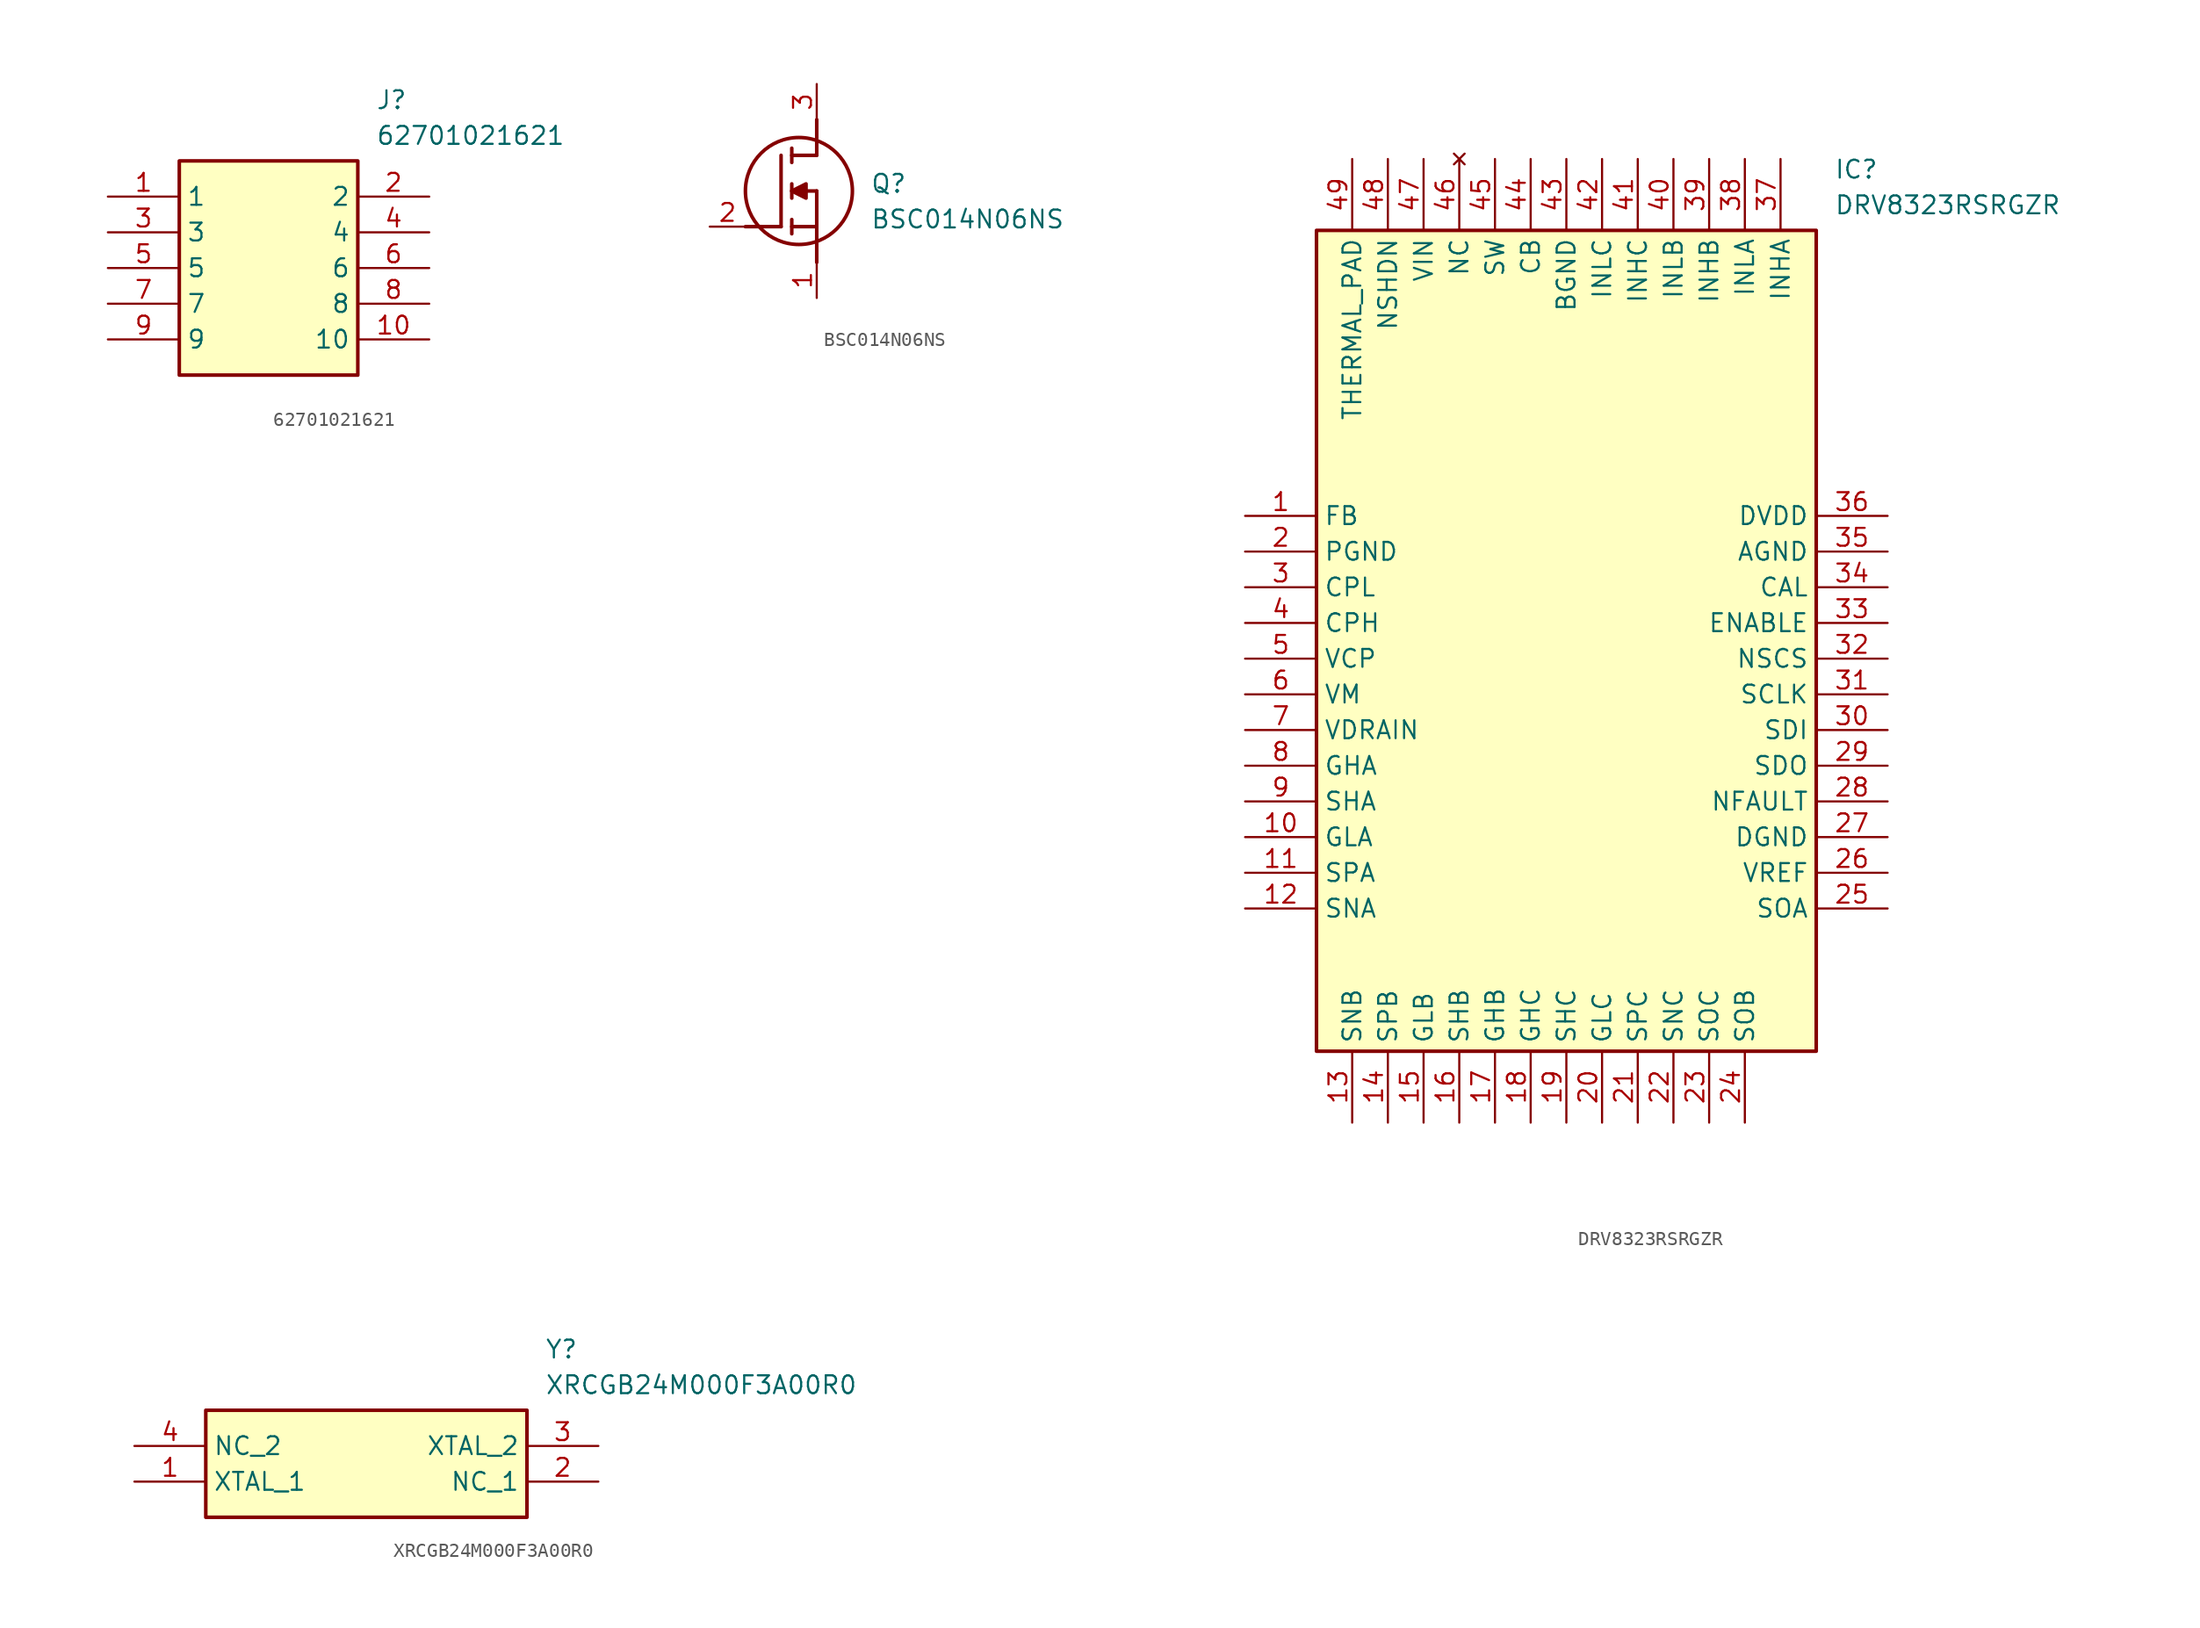
<source format=kicad_sym>
(kicad_symbol_lib
  (version 20241209)
  (generator "kicad_symbol_editor")
  (generator_version "9.0")
  (symbol "62701021621"
    (property "Reference" "J"
      (at 19.05 7.62 0)
      (effects (font (size 1.27 1.27)) (justify left top)))
    (property "Value" "62701021621"
      (at 19.05 5.08 0)
      (effects (font (size 1.27 1.27)) (justify left top)))
    (symbol "62701021621_1_1"
      (rectangle (start 5.08 2.54) (end 17.78 -12.7) (stroke (width 0.254) (type default)) (fill (type background)))
      (pin passive line (at 0 0 0) (length 5.08) (name "1" (effects (font (size 1.27 1.27)))) (number "1" (effects (font (size 1.27 1.27)))))
      (pin passive line (at 0 -2.54 0) (length 5.08) (name "3" (effects (font (size 1.27 1.27)))) (number "3" (effects (font (size 1.27 1.27)))))
      (pin passive line (at 0 -5.08 0) (length 5.08) (name "5" (effects (font (size 1.27 1.27)))) (number "5" (effects (font (size 1.27 1.27)))))
      (pin passive line (at 0 -7.62 0) (length 5.08) (name "7" (effects (font (size 1.27 1.27)))) (number "7" (effects (font (size 1.27 1.27)))))
      (pin passive line (at 0 -10.16 0) (length 5.08) (name "9" (effects (font (size 1.27 1.27)))) (number "9" (effects (font (size 1.27 1.27)))))
      (pin passive line (at 22.86 0 180) (length 5.08) (name "2" (effects (font (size 1.27 1.27)))) (number "2" (effects (font (size 1.27 1.27)))))
      (pin passive line (at 22.86 -2.54 180) (length 5.08) (name "4" (effects (font (size 1.27 1.27)))) (number "4" (effects (font (size 1.27 1.27)))))
      (pin passive line (at 22.86 -5.08 180) (length 5.08) (name "6" (effects (font (size 1.27 1.27)))) (number "6" (effects (font (size 1.27 1.27)))))
      (pin passive line (at 22.86 -7.62 180) (length 5.08) (name "8" (effects (font (size 1.27 1.27)))) (number "8" (effects (font (size 1.27 1.27)))))
      (pin passive line (at 22.86 -10.16 180) (length 5.08) (name "10" (effects (font (size 1.27 1.27)))) (number "10" (effects (font (size 1.27 1.27)))))))
  (symbol "BSC014N06NS"
    (pin_names
      (hide yes))
    (property "Reference" "Q"
      (at 11.43 3.81 0)
      (effects (font (size 1.27 1.27)) (justify left top)))
    (property "Value" "BSC014N06NS"
      (at 11.43 1.27 0)
      (effects (font (size 1.27 1.27)) (justify left top)))
    (symbol "BSC014N06NS_1_1"
      (polyline (pts (xy 2.54 0) (xy 5.08 0)) (stroke (width 0.254) (type default)) (fill (type none)))
      (polyline (pts (xy 5.08 5.08) (xy 5.08 0)) (stroke (width 0.254) (type default)) (fill (type none)))
      (polyline (pts (xy 5.842 5.588) (xy 5.842 4.572)) (stroke (width 0.254) (type default)) (fill (type none)))
      (polyline (pts (xy 5.842 2.54) (xy 6.858 3.048) (xy 6.858 2.032) (xy 5.842 2.54)) (stroke (width 0.254) (type default)) (fill (type outline)))
      (polyline (pts (xy 5.842 2.032) (xy 5.842 3.048)) (stroke (width 0.254) (type default)) (fill (type none)))
      (polyline (pts (xy 5.842 0) (xy 7.62 0)) (stroke (width 0.254) (type default)) (fill (type none)))
      (polyline (pts (xy 5.842 -0.508) (xy 5.842 0.508)) (stroke (width 0.254) (type default)) (fill (type none)))
      (circle (center 6.35 2.54) (radius 3.81) (stroke (width 0.254) (type default)) (fill (type none)))
      (polyline (pts (xy 7.62 5.08) (xy 5.842 5.08)) (stroke (width 0.254) (type default)) (fill (type none)))
      (polyline (pts (xy 7.62 5.08) (xy 7.62 7.62)) (stroke (width 0.254) (type default)) (fill (type none)))
      (polyline (pts (xy 7.62 2.54) (xy 5.842 2.54)) (stroke (width 0.254) (type default)) (fill (type none)))
      (polyline (pts (xy 7.62 2.54) (xy 7.62 -2.54)) (stroke (width 0.254) (type default)) (fill (type none)))
      (pin passive line (at 0 0 0) (length 2.54) (name "G" (effects (font (size 1.27 1.27)))) (number "2" (effects (font (size 1.27 1.27)))))
      (pin passive line (at 7.62 10.16 270) (length 2.54) (name "D" (effects (font (size 1.27 1.27)))) (number "3" (effects (font (size 1.27 1.27)))))
      (pin passive line (at 7.62 -5.08 90) (length 2.54) (name "S" (effects (font (size 1.27 1.27)))) (number "1" (effects (font (size 1.27 1.27)))))))
  (symbol "DRV8323RSRGZR"
    (property "Reference" "IC"
      (at 41.91 25.4 0)
      (effects (font (size 1.27 1.27)) (justify left top)))
    (property "Value" "DRV8323RSRGZR"
      (at 41.91 22.86 0)
      (effects (font (size 1.27 1.27)) (justify left top)))
    (symbol "DRV8323RSRGZR_1_1"
      (rectangle (start 5.08 20.32) (end 40.64 -38.1) (stroke (width 0.254) (type default)) (fill (type background)))
      (pin passive line (at 0 0 0) (length 5.08) (name "FB" (effects (font (size 1.27 1.27)))) (number "1" (effects (font (size 1.27 1.27)))))
      (pin passive line (at 0 -2.54 0) (length 5.08) (name "PGND" (effects (font (size 1.27 1.27)))) (number "2" (effects (font (size 1.27 1.27)))))
      (pin passive line (at 0 -5.08 0) (length 5.08) (name "CPL" (effects (font (size 1.27 1.27)))) (number "3" (effects (font (size 1.27 1.27)))))
      (pin passive line (at 0 -7.62 0) (length 5.08) (name "CPH" (effects (font (size 1.27 1.27)))) (number "4" (effects (font (size 1.27 1.27)))))
      (pin passive line (at 0 -10.16 0) (length 5.08) (name "VCP" (effects (font (size 1.27 1.27)))) (number "5" (effects (font (size 1.27 1.27)))))
      (pin passive line (at 0 -12.7 0) (length 5.08) (name "VM" (effects (font (size 1.27 1.27)))) (number "6" (effects (font (size 1.27 1.27)))))
      (pin passive line (at 0 -15.24 0) (length 5.08) (name "VDRAIN" (effects (font (size 1.27 1.27)))) (number "7" (effects (font (size 1.27 1.27)))))
      (pin passive line (at 0 -17.78 0) (length 5.08) (name "GHA" (effects (font (size 1.27 1.27)))) (number "8" (effects (font (size 1.27 1.27)))))
      (pin passive line (at 0 -20.32 0) (length 5.08) (name "SHA" (effects (font (size 1.27 1.27)))) (number "9" (effects (font (size 1.27 1.27)))))
      (pin passive line (at 0 -22.86 0) (length 5.08) (name "GLA" (effects (font (size 1.27 1.27)))) (number "10" (effects (font (size 1.27 1.27)))))
      (pin passive line (at 0 -25.4 0) (length 5.08) (name "SPA" (effects (font (size 1.27 1.27)))) (number "11" (effects (font (size 1.27 1.27)))))
      (pin passive line (at 0 -27.94 0) (length 5.08) (name "SNA" (effects (font (size 1.27 1.27)))) (number "12" (effects (font (size 1.27 1.27)))))
      (pin passive line (at 7.62 25.4 270) (length 5.08) (name "THERMAL_PAD" (effects (font (size 1.27 1.27)))) (number "49" (effects (font (size 1.27 1.27)))))
      (pin passive line (at 7.62 -43.18 90) (length 5.08) (name "SNB" (effects (font (size 1.27 1.27)))) (number "13" (effects (font (size 1.27 1.27)))))
      (pin passive line (at 10.16 25.4 270) (length 5.08) (name "NSHDN" (effects (font (size 1.27 1.27)))) (number "48" (effects (font (size 1.27 1.27)))))
      (pin passive line (at 10.16 -43.18 90) (length 5.08) (name "SPB" (effects (font (size 1.27 1.27)))) (number "14" (effects (font (size 1.27 1.27)))))
      (pin passive line (at 12.7 25.4 270) (length 5.08) (name "VIN" (effects (font (size 1.27 1.27)))) (number "47" (effects (font (size 1.27 1.27)))))
      (pin passive line (at 12.7 -43.18 90) (length 5.08) (name "GLB" (effects (font (size 1.27 1.27)))) (number "15" (effects (font (size 1.27 1.27)))))
      (pin no_connect line (at 15.24 25.4 270) (length 5.08) (name "NC" (effects (font (size 1.27 1.27)))) (number "46" (effects (font (size 1.27 1.27)))))
      (pin passive line (at 15.24 -43.18 90) (length 5.08) (name "SHB" (effects (font (size 1.27 1.27)))) (number "16" (effects (font (size 1.27 1.27)))))
      (pin passive line (at 17.78 25.4 270) (length 5.08) (name "SW" (effects (font (size 1.27 1.27)))) (number "45" (effects (font (size 1.27 1.27)))))
      (pin passive line (at 17.78 -43.18 90) (length 5.08) (name "GHB" (effects (font (size 1.27 1.27)))) (number "17" (effects (font (size 1.27 1.27)))))
      (pin passive line (at 20.32 25.4 270) (length 5.08) (name "CB" (effects (font (size 1.27 1.27)))) (number "44" (effects (font (size 1.27 1.27)))))
      (pin passive line (at 20.32 -43.18 90) (length 5.08) (name "GHC" (effects (font (size 1.27 1.27)))) (number "18" (effects (font (size 1.27 1.27)))))
      (pin passive line (at 22.86 25.4 270) (length 5.08) (name "BGND" (effects (font (size 1.27 1.27)))) (number "43" (effects (font (size 1.27 1.27)))))
      (pin passive line (at 22.86 -43.18 90) (length 5.08) (name "SHC" (effects (font (size 1.27 1.27)))) (number "19" (effects (font (size 1.27 1.27)))))
      (pin passive line (at 25.4 25.4 270) (length 5.08) (name "INLC" (effects (font (size 1.27 1.27)))) (number "42" (effects (font (size 1.27 1.27)))))
      (pin passive line (at 25.4 -43.18 90) (length 5.08) (name "GLC" (effects (font (size 1.27 1.27)))) (number "20" (effects (font (size 1.27 1.27)))))
      (pin passive line (at 27.94 25.4 270) (length 5.08) (name "INHC" (effects (font (size 1.27 1.27)))) (number "41" (effects (font (size 1.27 1.27)))))
      (pin passive line (at 27.94 -43.18 90) (length 5.08) (name "SPC" (effects (font (size 1.27 1.27)))) (number "21" (effects (font (size 1.27 1.27)))))
      (pin passive line (at 30.48 25.4 270) (length 5.08) (name "INLB" (effects (font (size 1.27 1.27)))) (number "40" (effects (font (size 1.27 1.27)))))
      (pin passive line (at 30.48 -43.18 90) (length 5.08) (name "SNC" (effects (font (size 1.27 1.27)))) (number "22" (effects (font (size 1.27 1.27)))))
      (pin passive line (at 33.02 25.4 270) (length 5.08) (name "INHB" (effects (font (size 1.27 1.27)))) (number "39" (effects (font (size 1.27 1.27)))))
      (pin passive line (at 33.02 -43.18 90) (length 5.08) (name "SOC" (effects (font (size 1.27 1.27)))) (number "23" (effects (font (size 1.27 1.27)))))
      (pin passive line (at 35.56 25.4 270) (length 5.08) (name "INLA" (effects (font (size 1.27 1.27)))) (number "38" (effects (font (size 1.27 1.27)))))
      (pin passive line (at 35.56 -43.18 90) (length 5.08) (name "SOB" (effects (font (size 1.27 1.27)))) (number "24" (effects (font (size 1.27 1.27)))))
      (pin passive line (at 38.1 25.4 270) (length 5.08) (name "INHA" (effects (font (size 1.27 1.27)))) (number "37" (effects (font (size 1.27 1.27)))))
      (pin passive line (at 45.72 0 180) (length 5.08) (name "DVDD" (effects (font (size 1.27 1.27)))) (number "36" (effects (font (size 1.27 1.27)))))
      (pin passive line (at 45.72 -2.54 180) (length 5.08) (name "AGND" (effects (font (size 1.27 1.27)))) (number "35" (effects (font (size 1.27 1.27)))))
      (pin passive line (at 45.72 -5.08 180) (length 5.08) (name "CAL" (effects (font (size 1.27 1.27)))) (number "34" (effects (font (size 1.27 1.27)))))
      (pin passive line (at 45.72 -7.62 180) (length 5.08) (name "ENABLE" (effects (font (size 1.27 1.27)))) (number "33" (effects (font (size 1.27 1.27)))))
      (pin passive line (at 45.72 -10.16 180) (length 5.08) (name "NSCS" (effects (font (size 1.27 1.27)))) (number "32" (effects (font (size 1.27 1.27)))))
      (pin passive line (at 45.72 -12.7 180) (length 5.08) (name "SCLK" (effects (font (size 1.27 1.27)))) (number "31" (effects (font (size 1.27 1.27)))))
      (pin passive line (at 45.72 -15.24 180) (length 5.08) (name "SDI" (effects (font (size 1.27 1.27)))) (number "30" (effects (font (size 1.27 1.27)))))
      (pin passive line (at 45.72 -17.78 180) (length 5.08) (name "SDO" (effects (font (size 1.27 1.27)))) (number "29" (effects (font (size 1.27 1.27)))))
      (pin passive line (at 45.72 -20.32 180) (length 5.08) (name "NFAULT" (effects (font (size 1.27 1.27)))) (number "28" (effects (font (size 1.27 1.27)))))
      (pin passive line (at 45.72 -22.86 180) (length 5.08) (name "DGND" (effects (font (size 1.27 1.27)))) (number "27" (effects (font (size 1.27 1.27)))))
      (pin passive line (at 45.72 -25.4 180) (length 5.08) (name "VREF" (effects (font (size 1.27 1.27)))) (number "26" (effects (font (size 1.27 1.27)))))
      (pin passive line (at 45.72 -27.94 180) (length 5.08) (name "SOA" (effects (font (size 1.27 1.27)))) (number "25" (effects (font (size 1.27 1.27)))))))
  (symbol "XRCGB24M000F3A00R0"
    (property "Reference" "Y"
      (at 29.21 7.62 0)
      (effects (font (size 1.27 1.27)) (justify left top)))
    (property "Value" "XRCGB24M000F3A00R0"
      (at 29.21 5.08 0)
      (effects (font (size 1.27 1.27)) (justify left top)))
    (symbol "XRCGB24M000F3A00R0_1_1"
      (rectangle (start 5.08 2.54) (end 27.94 -5.08) (stroke (width 0.254) (type default)) (fill (type background)))
      (pin passive line (at 0 0 0) (length 5.08) (name "NC_2" (effects (font (size 1.27 1.27)))) (number "4" (effects (font (size 1.27 1.27)))))
      (pin passive line (at 0 -2.54 0) (length 5.08) (name "XTAL_1" (effects (font (size 1.27 1.27)))) (number "1" (effects (font (size 1.27 1.27)))))
      (pin passive line (at 33.02 0 180) (length 5.08) (name "XTAL_2" (effects (font (size 1.27 1.27)))) (number "3" (effects (font (size 1.27 1.27)))))
      (pin passive line (at 33.02 -2.54 180) (length 5.08) (name "NC_1" (effects (font (size 1.27 1.27)))) (number "2" (effects (font (size 1.27 1.27))))))))
</source>
